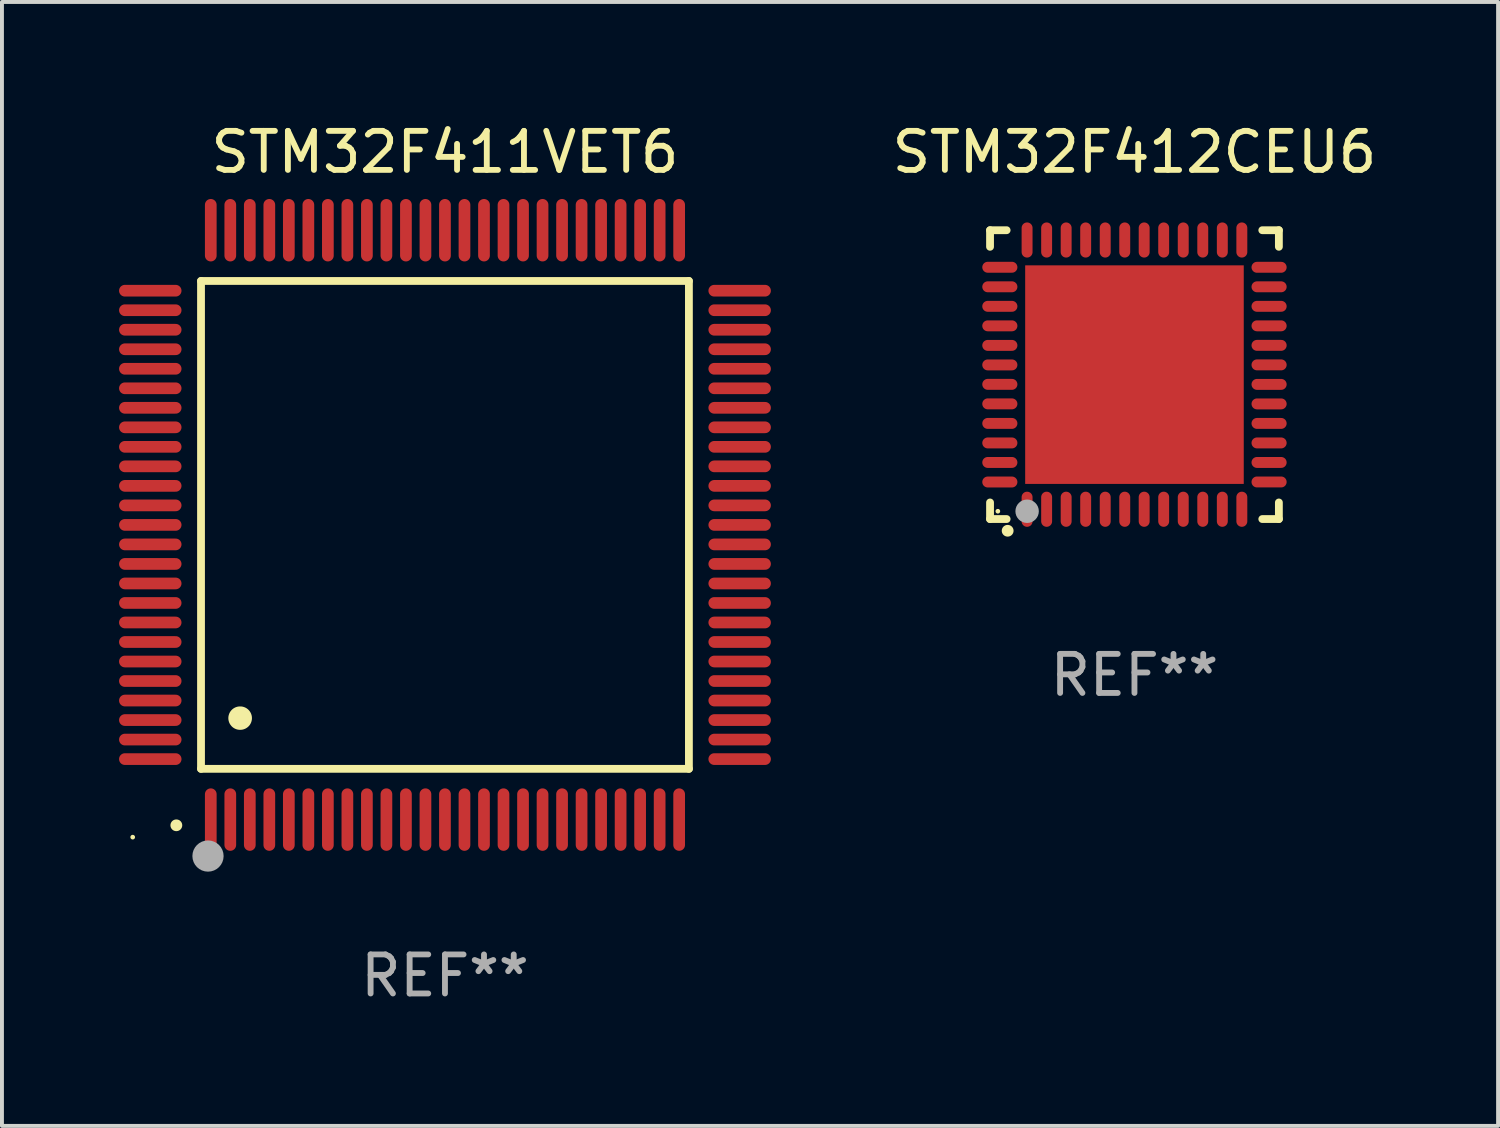
<source format=kicad_pcb>
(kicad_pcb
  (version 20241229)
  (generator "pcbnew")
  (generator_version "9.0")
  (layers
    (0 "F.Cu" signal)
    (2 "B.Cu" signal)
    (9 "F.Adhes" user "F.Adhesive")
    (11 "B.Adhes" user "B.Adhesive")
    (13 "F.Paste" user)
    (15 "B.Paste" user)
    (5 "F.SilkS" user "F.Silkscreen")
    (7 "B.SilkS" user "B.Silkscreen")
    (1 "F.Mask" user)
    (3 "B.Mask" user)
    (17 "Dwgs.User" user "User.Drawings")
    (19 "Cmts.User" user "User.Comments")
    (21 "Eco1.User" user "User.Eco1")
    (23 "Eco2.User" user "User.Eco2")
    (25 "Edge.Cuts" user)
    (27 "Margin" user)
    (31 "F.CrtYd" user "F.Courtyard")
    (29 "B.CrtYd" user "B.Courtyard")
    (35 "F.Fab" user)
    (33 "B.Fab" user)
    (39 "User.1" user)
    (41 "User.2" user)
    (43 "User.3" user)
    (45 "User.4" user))
  (footprint "STM32F412CEU6"
    (layer "F.Cu")
    (at 26.015 6.548)
    (property "Reference" "STM32F412CEU6" (at 0 -5.7 0) (layer "F.SilkS") (effects (font (size 1 1) (thickness 0.15))))
    (attr through_hole)
    (fp_line (start -3.7 -3.7) (end -3.275 -3.7) (stroke (width 0.2) (type solid)) (layer "F.SilkS"))
    (fp_line (start -3.7 -3.275) (end -3.7 -3.7) (stroke (width 0.2) (type solid)) (layer "F.SilkS"))
    (fp_line (start -3.7 3.7) (end -3.7 3.275) (stroke (width 0.2) (type solid)) (layer "F.SilkS"))
    (fp_line (start -3.275 3.7) (end -3.7 3.7) (stroke (width 0.2) (type solid)) (layer "F.SilkS"))
    (fp_line (start 3.7 -3.7) (end 3.275 -3.7) (stroke (width 0.2) (type solid)) (layer "F.SilkS"))
    (fp_line (start 3.7 -3.275) (end 3.7 -3.7) (stroke (width 0.2) (type solid)) (layer "F.SilkS"))
    (fp_line (start 3.7 3.275) (end 3.7 3.7) (stroke (width 0.2) (type solid)) (layer "F.SilkS"))
    (fp_line (start 3.7 3.7) (end 3.275 3.7) (stroke (width 0.2) (type solid)) (layer "F.SilkS"))
    (fp_arc (start -3.249936 3.999975) (mid -3.248666 3.99997) (end -3.247396 3.999975) (stroke (width 0.3) (type solid)) (layer "F.SilkS"))
    (fp_circle (center -3.5 3.5) (end -3.47 3.5) (stroke (width 0.06) (type solid)) (fill no) (layer "F.SilkS"))
    (fp_circle (center -2.75 3.5) (end -2.6 3.5) (stroke (width 0.3) (type solid)) (fill no) (layer "F.Fab"))
    (fp_text user "REF**" (at 0 7.7 0) (layer "F.Fab") (effects (font (size 1 1) (thickness 0.15))))
    (pad "1" smd oval (at -2.751 3.449) (size 0.28 0.9) (layers "F.Cu" "F.Mask" "F.Paste"))
    (pad "2" smd oval (at -2.25 3.449) (size 0.28 0.9) (layers "F.Cu" "F.Mask" "F.Paste"))
    (pad "3" smd oval (at -1.75 3.449) (size 0.28 0.9) (layers "F.Cu" "F.Mask" "F.Paste"))
    (pad "4" smd oval (at -1.25 3.449) (size 0.28 0.9) (layers "F.Cu" "F.Mask" "F.Paste"))
    (pad "5" smd oval (at -0.749 3.449) (size 0.28 0.9) (layers "F.Cu" "F.Mask" "F.Paste"))
    (pad "6" smd oval (at -0.249 3.449) (size 0.28 0.9) (layers "F.Cu" "F.Mask" "F.Paste"))
    (pad "7" smd oval (at 0.249 3.449) (size 0.28 0.9) (layers "F.Cu" "F.Mask" "F.Paste"))
    (pad "8" smd oval (at 0.749 3.449) (size 0.28 0.9) (layers "F.Cu" "F.Mask" "F.Paste"))
    (pad "9" smd oval (at 1.25 3.449) (size 0.28 0.9) (layers "F.Cu" "F.Mask" "F.Paste"))
    (pad "10" smd oval (at 1.75 3.449) (size 0.28 0.9) (layers "F.Cu" "F.Mask" "F.Paste"))
    (pad "11" smd oval (at 2.251 3.449) (size 0.28 0.9) (layers "F.Cu" "F.Mask" "F.Paste"))
    (pad "12" smd oval (at 2.751 3.449) (size 0.28 0.9) (layers "F.Cu" "F.Mask" "F.Paste"))
    (pad "13" smd oval (at 3.449 2.75) (size 0.9 0.28) (layers "F.Cu" "F.Mask" "F.Paste"))
    (pad "14" smd oval (at 3.449 2.25) (size 0.9 0.28) (layers "F.Cu" "F.Mask" "F.Paste"))
    (pad "15" smd oval (at 3.449 1.75) (size 0.9 0.28) (layers "F.Cu" "F.Mask" "F.Paste"))
    (pad "16" smd oval (at 3.449 1.25) (size 0.9 0.28) (layers "F.Cu" "F.Mask" "F.Paste"))
    (pad "17" smd oval (at 3.449 0.75) (size 0.9 0.28) (layers "F.Cu" "F.Mask" "F.Paste"))
    (pad "18" smd oval (at 3.449 0.25) (size 0.9 0.28) (layers "F.Cu" "F.Mask" "F.Paste"))
    (pad "19" smd oval (at 3.449 -0.25) (size 0.9 0.28) (layers "F.Cu" "F.Mask" "F.Paste"))
    (pad "20" smd oval (at 3.449 -0.75) (size 0.9 0.28) (layers "F.Cu" "F.Mask" "F.Paste"))
    (pad "21" smd oval (at 3.449 -1.25) (size 0.9 0.28) (layers "F.Cu" "F.Mask" "F.Paste"))
    (pad "22" smd oval (at 3.449 -1.75) (size 0.9 0.28) (layers "F.Cu" "F.Mask" "F.Paste"))
    (pad "23" smd oval (at 3.449 -2.25) (size 0.9 0.28) (layers "F.Cu" "F.Mask" "F.Paste"))
    (pad "24" smd oval (at 3.449 -2.75) (size 0.9 0.28) (layers "F.Cu" "F.Mask" "F.Paste"))
    (pad "25" smd oval (at 2.751 -3.449) (size 0.28 0.9) (layers "F.Cu" "F.Mask" "F.Paste"))
    (pad "26" smd oval (at 2.251 -3.449) (size 0.28 0.9) (layers "F.Cu" "F.Mask" "F.Paste"))
    (pad "27" smd oval (at 1.75 -3.449) (size 0.28 0.9) (layers "F.Cu" "F.Mask" "F.Paste"))
    (pad "28" smd oval (at 1.25 -3.449) (size 0.28 0.9) (layers "F.Cu" "F.Mask" "F.Paste"))
    (pad "29" smd oval (at 0.749 -3.449) (size 0.28 0.9) (layers "F.Cu" "F.Mask" "F.Paste"))
    (pad "30" smd oval (at 0.249 -3.449) (size 0.28 0.9) (layers "F.Cu" "F.Mask" "F.Paste"))
    (pad "31" smd oval (at -0.249 -3.449) (size 0.28 0.9) (layers "F.Cu" "F.Mask" "F.Paste"))
    (pad "32" smd oval (at -0.749 -3.449) (size 0.28 0.9) (layers "F.Cu" "F.Mask" "F.Paste"))
    (pad "33" smd oval (at -1.25 -3.449) (size 0.28 0.9) (layers "F.Cu" "F.Mask" "F.Paste"))
    (pad "34" smd oval (at -1.75 -3.449) (size 0.28 0.9) (layers "F.Cu" "F.Mask" "F.Paste"))
    (pad "35" smd oval (at -2.25 -3.449) (size 0.28 0.9) (layers "F.Cu" "F.Mask" "F.Paste"))
    (pad "36" smd oval (at -2.751 -3.449) (size 0.28 0.9) (layers "F.Cu" "F.Mask" "F.Paste"))
    (pad "37" smd oval (at -3.449 -2.751) (size 0.9 0.28) (layers "F.Cu" "F.Mask" "F.Paste"))
    (pad "38" smd oval (at -3.449 -2.25) (size 0.9 0.28) (layers "F.Cu" "F.Mask" "F.Paste"))
    (pad "39" smd oval (at -3.449 -1.75) (size 0.9 0.28) (layers "F.Cu" "F.Mask" "F.Paste"))
    (pad "40" smd oval (at -3.449 -1.25) (size 0.9 0.28) (layers "F.Cu" "F.Mask" "F.Paste"))
    (pad "41" smd oval (at -3.449 -0.749) (size 0.9 0.28) (layers "F.Cu" "F.Mask" "F.Paste"))
    (pad "42" smd oval (at -3.449 -0.249) (size 0.9 0.28) (layers "F.Cu" "F.Mask" "F.Paste"))
    (pad "43" smd oval (at -3.449 0.249) (size 0.9 0.28) (layers "F.Cu" "F.Mask" "F.Paste"))
    (pad "44" smd oval (at -3.449 0.749) (size 0.9 0.28) (layers "F.Cu" "F.Mask" "F.Paste"))
    (pad "45" smd oval (at -3.449 1.25) (size 0.9 0.28) (layers "F.Cu" "F.Mask" "F.Paste"))
    (pad "46" smd oval (at -3.449 1.75) (size 0.9 0.28) (layers "F.Cu" "F.Mask" "F.Paste"))
    (pad "47" smd oval (at -3.449 2.25) (size 0.9 0.28) (layers "F.Cu" "F.Mask" "F.Paste"))
    (pad "48" smd oval (at -3.449 2.751) (size 0.9 0.28) (layers "F.Cu" "F.Mask" "F.Paste"))
    (pad "49" smd rect (at 0.000076 -0.000025) (size 5.6 5.6) (layers "F.Cu" "F.Mask" "F.Paste")))
  (footprint "STM32F411VET6"
    (layer "F.Cu")
    (at 8.35 10.398)
    (property "Reference" "STM32F411VET6" (at 0 -9.55 0) (layer "F.SilkS") (effects (font (size 1 1) (thickness 0.15))))
    (attr through_hole)
    (fp_line (start -6.25 -6.25) (end -6.25 6.25) (stroke (width 0.2) (type solid)) (layer "F.SilkS"))
    (fp_line (start -6.25 6.25) (end 6.25 6.25) (stroke (width 0.2) (type solid)) (layer "F.SilkS"))
    (fp_line (start 6.25 -6.25) (end -6.25 -6.25) (stroke (width 0.2) (type solid)) (layer "F.SilkS"))
    (fp_line (start 6.25 6.25) (end 6.25 -6.25) (stroke (width 0.2) (type solid)) (layer "F.SilkS"))
    (fp_arc (start -6.883414 7.696215) (mid -6.882144 7.69621) (end -6.880874 7.696215) (stroke (width 0.3) (type solid)) (layer "F.SilkS"))
    (fp_arc (start -5.250191 4.95047) (mid -5.247651 4.950459) (end -5.245111 4.95047) (stroke (width 0.6) (type solid)) (layer "F.SilkS"))
    (fp_circle (center -8 8) (end -7.97 8) (stroke (width 0.06) (type solid)) (fill no) (layer "F.SilkS"))
    (fp_circle (center -6.071 8.484) (end -5.871 8.484) (stroke (width 0.4) (type solid)) (fill no) (layer "F.Fab"))
    (fp_text user "REF**" (at 0 11.55 0) (layer "F.Fab") (effects (font (size 1 1) (thickness 0.15))))
    (pad "1" smd oval (at -6 7.55) (size 0.3 1.6) (layers "F.Cu" "F.Mask" "F.Paste"))
    (pad "2" smd oval (at -5.5 7.55) (size 0.3 1.6) (layers "F.Cu" "F.Mask" "F.Paste"))
    (pad "3" smd oval (at -5 7.55) (size 0.3 1.6) (layers "F.Cu" "F.Mask" "F.Paste"))
    (pad "4" smd oval (at -4.5 7.55) (size 0.3 1.6) (layers "F.Cu" "F.Mask" "F.Paste"))
    (pad "5" smd oval (at -4 7.55) (size 0.3 1.6) (layers "F.Cu" "F.Mask" "F.Paste"))
    (pad "6" smd oval (at -3.5 7.55) (size 0.3 1.6) (layers "F.Cu" "F.Mask" "F.Paste"))
    (pad "7" smd oval (at -3 7.55) (size 0.3 1.6) (layers "F.Cu" "F.Mask" "F.Paste"))
    (pad "8" smd oval (at -2.5 7.55) (size 0.3 1.6) (layers "F.Cu" "F.Mask" "F.Paste"))
    (pad "9" smd oval (at -2 7.55) (size 0.3 1.6) (layers "F.Cu" "F.Mask" "F.Paste"))
    (pad "10" smd oval (at -1.5 7.55) (size 0.3 1.6) (layers "F.Cu" "F.Mask" "F.Paste"))
    (pad "11" smd oval (at -1 7.55) (size 0.3 1.6) (layers "F.Cu" "F.Mask" "F.Paste"))
    (pad "12" smd oval (at -0.5 7.55) (size 0.3 1.6) (layers "F.Cu" "F.Mask" "F.Paste"))
    (pad "13" smd oval (at 0 7.55) (size 0.3 1.6) (layers "F.Cu" "F.Mask" "F.Paste"))
    (pad "14" smd oval (at 0.5 7.55) (size 0.3 1.6) (layers "F.Cu" "F.Mask" "F.Paste"))
    (pad "15" smd oval (at 1 7.55) (size 0.3 1.6) (layers "F.Cu" "F.Mask" "F.Paste"))
    (pad "16" smd oval (at 1.5 7.55) (size 0.3 1.6) (layers "F.Cu" "F.Mask" "F.Paste"))
    (pad "17" smd oval (at 2 7.55) (size 0.3 1.6) (layers "F.Cu" "F.Mask" "F.Paste"))
    (pad "18" smd oval (at 2.5 7.55) (size 0.3 1.6) (layers "F.Cu" "F.Mask" "F.Paste"))
    (pad "19" smd oval (at 3 7.55) (size 0.3 1.6) (layers "F.Cu" "F.Mask" "F.Paste"))
    (pad "20" smd oval (at 3.5 7.55) (size 0.3 1.6) (layers "F.Cu" "F.Mask" "F.Paste"))
    (pad "21" smd oval (at 4 7.55) (size 0.3 1.6) (layers "F.Cu" "F.Mask" "F.Paste"))
    (pad "22" smd oval (at 4.5 7.55) (size 0.3 1.6) (layers "F.Cu" "F.Mask" "F.Paste"))
    (pad "23" smd oval (at 5 7.55) (size 0.3 1.6) (layers "F.Cu" "F.Mask" "F.Paste"))
    (pad "24" smd oval (at 5.5 7.55) (size 0.3 1.6) (layers "F.Cu" "F.Mask" "F.Paste"))
    (pad "25" smd oval (at 6 7.55) (size 0.3 1.6) (layers "F.Cu" "F.Mask" "F.Paste"))
    (pad "26" smd oval (at 7.55 6) (size 1.6 0.3) (layers "F.Cu" "F.Mask" "F.Paste"))
    (pad "27" smd oval (at 7.55 5.5) (size 1.6 0.3) (layers "F.Cu" "F.Mask" "F.Paste"))
    (pad "28" smd oval (at 7.55 5) (size 1.6 0.3) (layers "F.Cu" "F.Mask" "F.Paste"))
    (pad "29" smd oval (at 7.55 4.5) (size 1.6 0.3) (layers "F.Cu" "F.Mask" "F.Paste"))
    (pad "30" smd oval (at 7.55 4) (size 1.6 0.3) (layers "F.Cu" "F.Mask" "F.Paste"))
    (pad "31" smd oval (at 7.55 3.5) (size 1.6 0.3) (layers "F.Cu" "F.Mask" "F.Paste"))
    (pad "32" smd oval (at 7.55 3) (size 1.6 0.3) (layers "F.Cu" "F.Mask" "F.Paste"))
    (pad "33" smd oval (at 7.55 2.5) (size 1.6 0.3) (layers "F.Cu" "F.Mask" "F.Paste"))
    (pad "34" smd oval (at 7.55 2) (size 1.6 0.3) (layers "F.Cu" "F.Mask" "F.Paste"))
    (pad "35" smd oval (at 7.55 1.5) (size 1.6 0.3) (layers "F.Cu" "F.Mask" "F.Paste"))
    (pad "36" smd oval (at 7.55 1) (size 1.6 0.3) (layers "F.Cu" "F.Mask" "F.Paste"))
    (pad "37" smd oval (at 7.55 0.5) (size 1.6 0.3) (layers "F.Cu" "F.Mask" "F.Paste"))
    (pad "38" smd oval (at 7.55 0) (size 1.6 0.3) (layers "F.Cu" "F.Mask" "F.Paste"))
    (pad "39" smd oval (at 7.55 -0.5) (size 1.6 0.3) (layers "F.Cu" "F.Mask" "F.Paste"))
    (pad "40" smd oval (at 7.55 -1) (size 1.6 0.3) (layers "F.Cu" "F.Mask" "F.Paste"))
    (pad "41" smd oval (at 7.55 -1.5) (size 1.6 0.3) (layers "F.Cu" "F.Mask" "F.Paste"))
    (pad "42" smd oval (at 7.55 -2) (size 1.6 0.3) (layers "F.Cu" "F.Mask" "F.Paste"))
    (pad "43" smd oval (at 7.55 -2.5) (size 1.6 0.3) (layers "F.Cu" "F.Mask" "F.Paste"))
    (pad "44" smd oval (at 7.55 -3) (size 1.6 0.3) (layers "F.Cu" "F.Mask" "F.Paste"))
    (pad "45" smd oval (at 7.55 -3.5) (size 1.6 0.3) (layers "F.Cu" "F.Mask" "F.Paste"))
    (pad "46" smd oval (at 7.55 -4) (size 1.6 0.3) (layers "F.Cu" "F.Mask" "F.Paste"))
    (pad "47" smd oval (at 7.55 -4.5) (size 1.6 0.3) (layers "F.Cu" "F.Mask" "F.Paste"))
    (pad "48" smd oval (at 7.55 -5) (size 1.6 0.3) (layers "F.Cu" "F.Mask" "F.Paste"))
    (pad "49" smd oval (at 7.55 -5.5) (size 1.6 0.3) (layers "F.Cu" "F.Mask" "F.Paste"))
    (pad "50" smd oval (at 7.55 -6) (size 1.6 0.3) (layers "F.Cu" "F.Mask" "F.Paste"))
    (pad "51" smd oval (at 6 -7.55) (size 0.3 1.6) (layers "F.Cu" "F.Mask" "F.Paste"))
    (pad "52" smd oval (at 5.5 -7.55) (size 0.3 1.6) (layers "F.Cu" "F.Mask" "F.Paste"))
    (pad "53" smd oval (at 5 -7.55) (size 0.3 1.6) (layers "F.Cu" "F.Mask" "F.Paste"))
    (pad "54" smd oval (at 4.5 -7.55) (size 0.3 1.6) (layers "F.Cu" "F.Mask" "F.Paste"))
    (pad "55" smd oval (at 4 -7.55) (size 0.3 1.6) (layers "F.Cu" "F.Mask" "F.Paste"))
    (pad "56" smd oval (at 3.5 -7.55) (size 0.3 1.6) (layers "F.Cu" "F.Mask" "F.Paste"))
    (pad "57" smd oval (at 3 -7.55) (size 0.3 1.6) (layers "F.Cu" "F.Mask" "F.Paste"))
    (pad "58" smd oval (at 2.5 -7.55) (size 0.3 1.6) (layers "F.Cu" "F.Mask" "F.Paste"))
    (pad "59" smd oval (at 2 -7.55) (size 0.3 1.6) (layers "F.Cu" "F.Mask" "F.Paste"))
    (pad "60" smd oval (at 1.5 -7.55) (size 0.3 1.6) (layers "F.Cu" "F.Mask" "F.Paste"))
    (pad "61" smd oval (at 1 -7.55) (size 0.3 1.6) (layers "F.Cu" "F.Mask" "F.Paste"))
    (pad "62" smd oval (at 0.5 -7.55) (size 0.3 1.6) (layers "F.Cu" "F.Mask" "F.Paste"))
    (pad "63" smd oval (at 0 -7.55) (size 0.3 1.6) (layers "F.Cu" "F.Mask" "F.Paste"))
    (pad "64" smd oval (at -0.5 -7.55) (size 0.3 1.6) (layers "F.Cu" "F.Mask" "F.Paste"))
    (pad "65" smd oval (at -1 -7.55) (size 0.3 1.6) (layers "F.Cu" "F.Mask" "F.Paste"))
    (pad "66" smd oval (at -1.5 -7.55) (size 0.3 1.6) (layers "F.Cu" "F.Mask" "F.Paste"))
    (pad "67" smd oval (at -2 -7.55) (size 0.3 1.6) (layers "F.Cu" "F.Mask" "F.Paste"))
    (pad "68" smd oval (at -2.5 -7.55) (size 0.3 1.6) (layers "F.Cu" "F.Mask" "F.Paste"))
    (pad "69" smd oval (at -3 -7.55) (size 0.3 1.6) (layers "F.Cu" "F.Mask" "F.Paste"))
    (pad "70" smd oval (at -3.5 -7.55) (size 0.3 1.6) (layers "F.Cu" "F.Mask" "F.Paste"))
    (pad "71" smd oval (at -4 -7.55) (size 0.3 1.6) (layers "F.Cu" "F.Mask" "F.Paste"))
    (pad "72" smd oval (at -4.5 -7.55) (size 0.3 1.6) (layers "F.Cu" "F.Mask" "F.Paste"))
    (pad "73" smd oval (at -5 -7.55) (size 0.3 1.6) (layers "F.Cu" "F.Mask" "F.Paste"))
    (pad "74" smd oval (at -5.5 -7.55) (size 0.3 1.6) (layers "F.Cu" "F.Mask" "F.Paste"))
    (pad "75" smd oval (at -6 -7.55) (size 0.3 1.6) (layers "F.Cu" "F.Mask" "F.Paste"))
    (pad "76" smd oval (at -7.55 -6) (size 1.6 0.3) (layers "F.Cu" "F.Mask" "F.Paste"))
    (pad "77" smd oval (at -7.55 -5.5) (size 1.6 0.3) (layers "F.Cu" "F.Mask" "F.Paste"))
    (pad "78" smd oval (at -7.55 -5) (size 1.6 0.3) (layers "F.Cu" "F.Mask" "F.Paste"))
    (pad "79" smd oval (at -7.55 -4.5) (size 1.6 0.3) (layers "F.Cu" "F.Mask" "F.Paste"))
    (pad "80" smd oval (at -7.55 -4) (size 1.6 0.3) (layers "F.Cu" "F.Mask" "F.Paste"))
    (pad "81" smd oval (at -7.55 -3.5) (size 1.6 0.3) (layers "F.Cu" "F.Mask" "F.Paste"))
    (pad "82" smd oval (at -7.55 -3) (size 1.6 0.3) (layers "F.Cu" "F.Mask" "F.Paste"))
    (pad "83" smd oval (at -7.55 -2.5) (size 1.6 0.3) (layers "F.Cu" "F.Mask" "F.Paste"))
    (pad "84" smd oval (at -7.55 -2) (size 1.6 0.3) (layers "F.Cu" "F.Mask" "F.Paste"))
    (pad "85" smd oval (at -7.55 -1.5) (size 1.6 0.3) (layers "F.Cu" "F.Mask" "F.Paste"))
    (pad "86" smd oval (at -7.55 -1) (size 1.6 0.3) (layers "F.Cu" "F.Mask" "F.Paste"))
    (pad "87" smd oval (at -7.55 -0.5) (size 1.6 0.3) (layers "F.Cu" "F.Mask" "F.Paste"))
    (pad "88" smd oval (at -7.55 0) (size 1.6 0.3) (layers "F.Cu" "F.Mask" "F.Paste"))
    (pad "89" smd oval (at -7.55 0.5) (size 1.6 0.3) (layers "F.Cu" "F.Mask" "F.Paste"))
    (pad "90" smd oval (at -7.55 1) (size 1.6 0.3) (layers "F.Cu" "F.Mask" "F.Paste"))
    (pad "91" smd oval (at -7.55 1.5) (size 1.6 0.3) (layers "F.Cu" "F.Mask" "F.Paste"))
    (pad "92" smd oval (at -7.55 2) (size 1.6 0.3) (layers "F.Cu" "F.Mask" "F.Paste"))
    (pad "93" smd oval (at -7.55 2.5) (size 1.6 0.3) (layers "F.Cu" "F.Mask" "F.Paste"))
    (pad "94" smd oval (at -7.55 3) (size 1.6 0.3) (layers "F.Cu" "F.Mask" "F.Paste"))
    (pad "95" smd oval (at -7.55 3.5) (size 1.6 0.3) (layers "F.Cu" "F.Mask" "F.Paste"))
    (pad "96" smd oval (at -7.55 4) (size 1.6 0.3) (layers "F.Cu" "F.Mask" "F.Paste"))
    (pad "97" smd oval (at -7.55 4.5) (size 1.6 0.3) (layers "F.Cu" "F.Mask" "F.Paste"))
    (pad "98" smd oval (at -7.55 5) (size 1.6 0.3) (layers "F.Cu" "F.Mask" "F.Paste"))
    (pad "99" smd oval (at -7.55 5.5) (size 1.6 0.3) (layers "F.Cu" "F.Mask" "F.Paste"))
    (pad "100" smd oval (at -7.55 6) (size 1.6 0.3) (layers "F.Cu" "F.Mask" "F.Paste")))
  (gr_rect
    (start -3 -3)
    (end 35.331 25.796)
    (stroke (width 0.1) (type default))
    (fill no)
    (layer "Edge.Cuts")))
</source>
